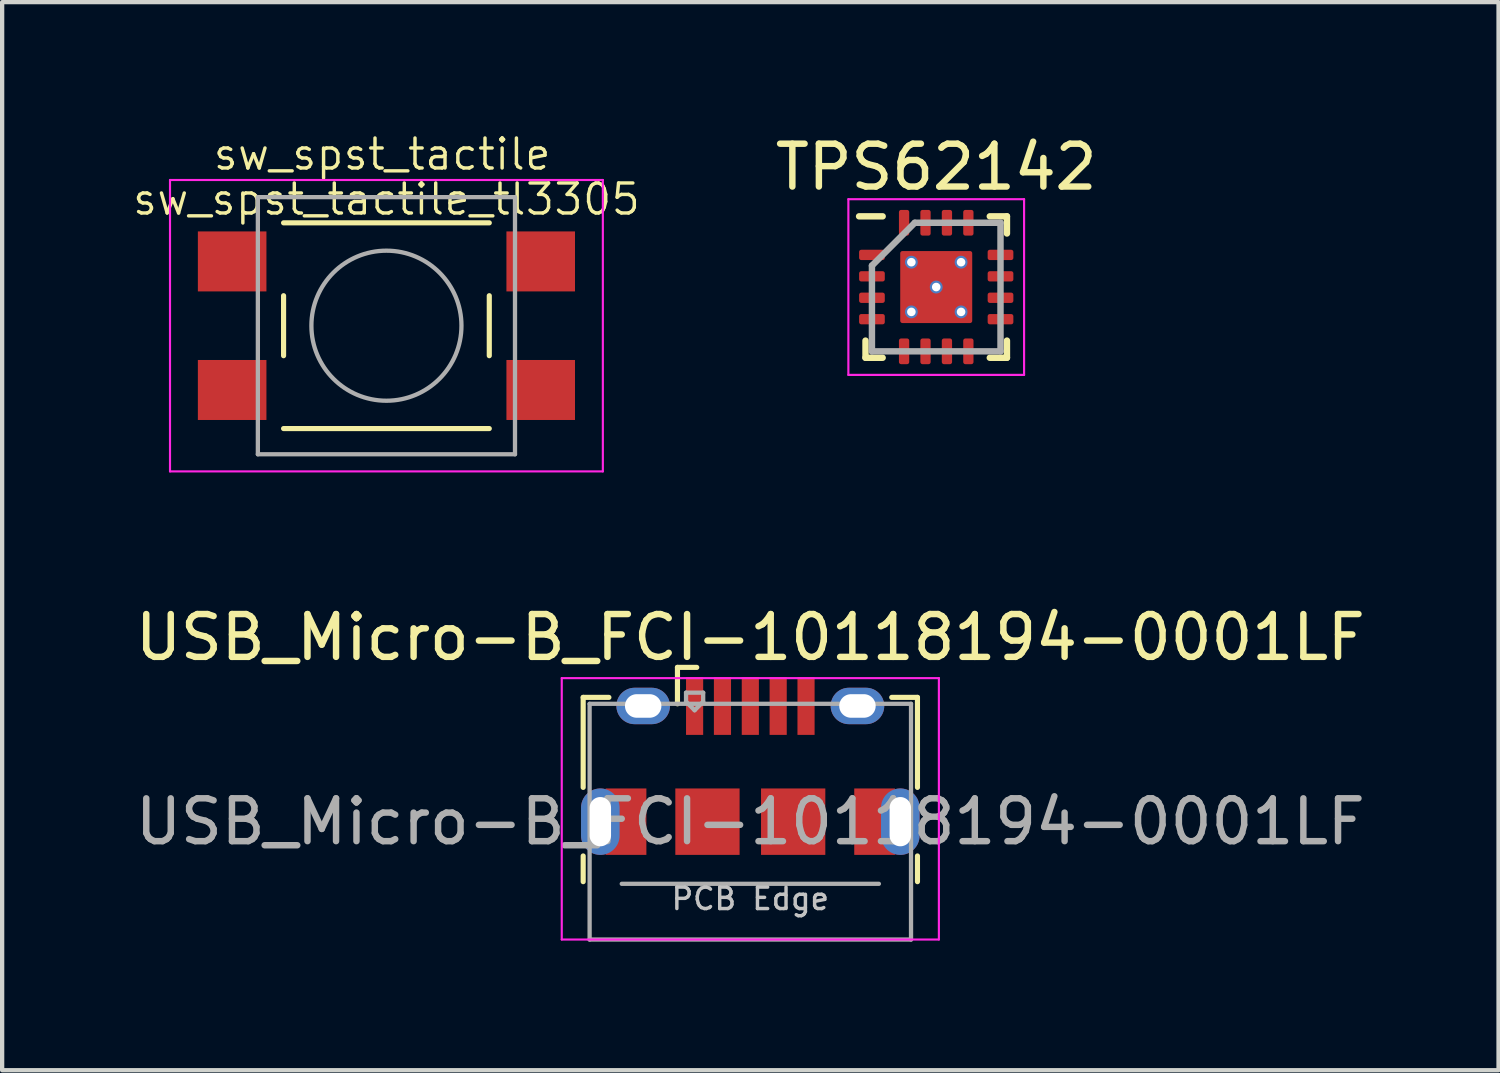
<source format=kicad_pcb>
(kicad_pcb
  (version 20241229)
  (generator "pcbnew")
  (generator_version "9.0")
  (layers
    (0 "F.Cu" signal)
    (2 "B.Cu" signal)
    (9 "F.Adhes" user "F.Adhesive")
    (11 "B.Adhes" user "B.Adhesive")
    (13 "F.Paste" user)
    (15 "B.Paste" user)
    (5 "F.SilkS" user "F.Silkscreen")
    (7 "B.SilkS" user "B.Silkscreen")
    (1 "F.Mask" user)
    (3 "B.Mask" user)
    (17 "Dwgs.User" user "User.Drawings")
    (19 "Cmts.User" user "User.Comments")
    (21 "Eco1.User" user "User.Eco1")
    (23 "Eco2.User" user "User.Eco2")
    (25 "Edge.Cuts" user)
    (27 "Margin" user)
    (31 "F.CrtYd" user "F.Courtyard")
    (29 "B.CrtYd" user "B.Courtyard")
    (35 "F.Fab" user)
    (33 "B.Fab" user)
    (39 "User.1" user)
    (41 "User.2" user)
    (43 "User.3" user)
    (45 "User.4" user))
  (footprint "sw_spst_tactile_tl3305"
    (layer "F.Cu")
    (at 5.967 4.55)
    (property "Reference" "sw_spst_tactile_tl3305" (at 0 -2.95 0) (layer "F.SilkS") (effects (font (size 0.7 0.7) (thickness 0.08))))
    (attr smd)
    (fp_line (start -2.4 -2.4) (end 2.4 -2.4) (stroke (width 0.12) (type solid)) (layer "F.SilkS"))
    (fp_line (start -2.4 -0.7) (end -2.4 0.7) (stroke (width 0.12) (type solid)) (layer "F.SilkS"))
    (fp_line (start -2.4 2.4) (end 2.4 2.4) (stroke (width 0.12) (type solid)) (layer "F.SilkS"))
    (fp_line (start 2.4 -0.7) (end 2.4 0.7) (stroke (width 0.12) (type solid)) (layer "F.SilkS"))
    (fp_line (start -5.05 -3.4) (end -5.05 3.4) (stroke (width 0.05) (type solid)) (layer "F.CrtYd"))
    (fp_line (start -5.05 -3.4) (end 5.05 -3.4) (stroke (width 0.05) (type solid)) (layer "F.CrtYd"))
    (fp_line (start -5.05 3.4) (end 5.05 3.4) (stroke (width 0.05) (type solid)) (layer "F.CrtYd"))
    (fp_line (start 5.05 3.4) (end 5.05 -3.4) (stroke (width 0.05) (type solid)) (layer "F.CrtYd"))
    (fp_line (start -3 -3) (end -3 3) (stroke (width 0.1) (type solid)) (layer "F.Fab"))
    (fp_line (start -3 3) (end 3 3) (stroke (width 0.1) (type solid)) (layer "F.Fab"))
    (fp_line (start 3 -3) (end -3 -3) (stroke (width 0.1) (type solid)) (layer "F.Fab"))
    (fp_line (start 3 3) (end 3 -3) (stroke (width 0.1) (type solid)) (layer "F.Fab"))
    (fp_circle (center 0 0) (end 1.75 -0.05) (stroke (width 0.1) (type solid)) (fill no) (layer "F.Fab"))
    (fp_text user "sw_spst_tactile" (at -0.1 -4 0) (layer "F.SilkS") (effects (font (size 0.7 0.7) (thickness 0.08))))
    (pad "1" smd rect (at -3.6 -1.5) (size 1.6 1.4) (layers "F.Cu" "F.Mask" "F.Paste"))
    (pad "2" smd rect (at -3.6 1.5) (size 1.6 1.4) (layers "F.Cu" "F.Mask" "F.Paste"))
    (pad "3" smd rect (at 3.6 -1.5) (size 1.6 1.4) (layers "F.Cu" "F.Mask" "F.Paste"))
    (pad "4" smd rect (at 3.6 1.5) (size 1.6 1.4) (layers "F.Cu" "F.Mask" "F.Paste")))
  (footprint "USB_Micro-B_FCI-10118194-0001LF"
    (layer "F.Cu")
    (at 14.458 16.123)
    (property "Reference" "USB_Micro-B_FCI-10118194-0001LF" (at 0 -4.3 0) (layer "F.SilkS") (effects (font (size 1 1) (thickness 0.15))))
    (attr smd)
    (fp_line (start -3.9 -2.9) (end -3.3 -2.9) (stroke (width 0.12) (type solid)) (layer "F.SilkS"))
    (fp_line (start -3.9 -0.8) (end -3.9 -2.9) (stroke (width 0.12) (type solid)) (layer "F.SilkS"))
    (fp_line (start -3.9 1.4) (end -3.9 0.8) (stroke (width 0.12) (type solid)) (layer "F.SilkS"))
    (fp_line (start -1.7 -3.6) (end -1.7 -2.75) (stroke (width 0.12) (type solid)) (layer "F.SilkS"))
    (fp_line (start -1.7 -3.6) (end -1.25 -3.6) (stroke (width 0.12) (type solid)) (layer "F.SilkS"))
    (fp_line (start 3.9 -2.9) (end 3.3 -2.9) (stroke (width 0.12) (type solid)) (layer "F.SilkS"))
    (fp_line (start 3.9 -0.8) (end 3.9 -2.9) (stroke (width 0.12) (type solid)) (layer "F.SilkS"))
    (fp_line (start 3.9 1.4) (end 3.9 0.8) (stroke (width 0.12) (type solid)) (layer "F.SilkS"))
    (fp_line (start -4.4 -3.35) (end 4.4 -3.35) (stroke (width 0.05) (type solid)) (layer "F.CrtYd"))
    (fp_line (start -4.4 2.75) (end -4.4 -3.35) (stroke (width 0.05) (type solid)) (layer "F.CrtYd"))
    (fp_line (start -4.4 2.75) (end 4.4 2.75) (stroke (width 0.05) (type solid)) (layer "F.CrtYd"))
    (fp_line (start 4.4 -3.35) (end 4.4 2.75) (stroke (width 0.05) (type solid)) (layer "F.CrtYd"))
    (fp_line (start -3.75 -2.75) (end 3.75 -2.75) (stroke (width 0.1) (type solid)) (layer "F.Fab"))
    (fp_line (start -3.75 2.75) (end -3.75 -2.75) (stroke (width 0.1) (type solid)) (layer "F.Fab"))
    (fp_line (start -3.75 2.75) (end 3.75 2.75) (stroke (width 0.1) (type solid)) (layer "F.Fab"))
    (fp_line (start -3 1.45) (end 3 1.45) (stroke (width 0.1) (type solid)) (layer "F.Fab"))
    (fp_line (start -1.5 -3.01) (end -1.5 -2.8) (stroke (width 0.1) (type solid)) (layer "F.Fab"))
    (fp_line (start -1.5 -3.01) (end -1.1 -3.01) (stroke (width 0.1) (type solid)) (layer "F.Fab"))
    (fp_line (start -1.3 -2.6) (end -1.5 -2.8) (stroke (width 0.1) (type solid)) (layer "F.Fab"))
    (fp_line (start -1.1 -3.01) (end -1.1 -2.8) (stroke (width 0.1) (type solid)) (layer "F.Fab"))
    (fp_line (start -1.1 -2.8) (end -1.3 -2.6) (stroke (width 0.1) (type solid)) (layer "F.Fab"))
    (fp_line (start 3.75 2.75) (end 3.75 -2.75) (stroke (width 0.1) (type solid)) (layer "F.Fab"))
    (fp_text user "PCB Edge" (at 0 1.8 0) (layer "Dwgs.User") (effects (font (size 0.5 0.5) (thickness 0.08))))
    (fp_text user "${REFERENCE}" (at 0 0 0) (layer "F.Fab") (effects (font (size 1 1) (thickness 0.15))))
    (pad "1" smd rect (at -1.3 -2.7) (size 0.4 1.35) (layers "F.Cu" "F.Mask" "F.Paste"))
    (pad "2" smd rect (at -0.65 -2.7) (size 0.4 1.35) (layers "F.Cu" "F.Mask" "F.Paste"))
    (pad "3" smd rect (at 0 -2.7) (size 0.4 1.35) (layers "F.Cu" "F.Mask" "F.Paste"))
    (pad "4" smd rect (at 0.65 -2.7) (size 0.4 1.35) (layers "F.Cu" "F.Mask" "F.Paste"))
    (pad "5" smd rect (at 1.3 -2.7) (size 0.4 1.35) (layers "F.Cu" "F.Mask" "F.Paste"))
    (pad "S1" thru_hole oval (at -3.5 0 180) (size 0.9 1.55) (drill oval 0.5 1.15) (layers "*.Cu" "*.Mask"))
    (pad "S1" smd rect (at -2.9 0) (size 0.95 1.55) (layers "F.Cu" "F.Mask"))
    (pad "S1" smd rect (at -1 0) (size 1.5 1.55) (layers "F.Cu" "F.Mask" "F.Paste"))
    (pad "S2" smd rect (at 1 0) (size 1.5 1.55) (layers "F.Cu" "F.Mask" "F.Paste"))
    (pad "S2" smd rect (at 2.9 0) (size 0.95 1.55) (layers "F.Cu" "F.Mask"))
    (pad "S2" thru_hole oval (at 3.5 0) (size 0.9 1.55) (drill oval 0.5 1.15) (layers "*.Cu" "*.Mask"))
    (pad "S3" thru_hole oval (at 2.5 -2.7) (size 1.25 0.85) (drill oval 0.85 0.55) (layers "*.Cu" "*.Mask"))
    (pad "S4" thru_hole oval (at -2.5 -2.7) (size 1.25 0.85) (drill oval 0.85 0.55) (layers "*.Cu" "*.Mask")))
  (footprint "TPS62142"
    (layer "F.Cu")
    (at 18.796 3.648)
    (property "Reference" "TPS62142" (at 0 -2.8 0) (layer "F.SilkS") (effects (font (size 1 1) (thickness 0.15))))
    (attr smd)
    (fp_line (start -1.65 1.65) (end -1.65 1.25) (stroke (width 0.15) (type solid)) (layer "F.SilkS"))
    (fp_line (start -1.25 -1.65) (end -1.8 -1.65) (stroke (width 0.15) (type solid)) (layer "F.SilkS"))
    (fp_line (start -1.25 1.65) (end -1.65 1.65) (stroke (width 0.15) (type solid)) (layer "F.SilkS"))
    (fp_line (start 1.25 -1.65) (end 1.65 -1.65) (stroke (width 0.15) (type solid)) (layer "F.SilkS"))
    (fp_line (start 1.25 1.65) (end 1.65 1.65) (stroke (width 0.15) (type solid)) (layer "F.SilkS"))
    (fp_line (start 1.65 -1.65) (end 1.65 -1.25) (stroke (width 0.15) (type solid)) (layer "F.SilkS"))
    (fp_line (start 1.65 1.65) (end 1.65 1.25) (stroke (width 0.15) (type solid)) (layer "F.SilkS"))
    (fp_line (start -2.05 -2.05) (end 2.05 -2.05) (stroke (width 0.05) (type solid)) (layer "F.CrtYd"))
    (fp_line (start -2.05 2.05) (end -2.05 -2.05) (stroke (width 0.05) (type solid)) (layer "F.CrtYd"))
    (fp_line (start 2.05 -2.05) (end 2.05 2.05) (stroke (width 0.05) (type solid)) (layer "F.CrtYd"))
    (fp_line (start 2.05 2.05) (end -2.05 2.05) (stroke (width 0.05) (type solid)) (layer "F.CrtYd"))
    (fp_line (start -1.5 -0.5) (end -1.5 1.5) (stroke (width 0.15) (type solid)) (layer "F.Fab"))
    (fp_line (start -1.5 1.5) (end 1.5 1.5) (stroke (width 0.15) (type solid)) (layer "F.Fab"))
    (fp_line (start -0.5 -1.5) (end -1.5 -0.5) (stroke (width 0.15) (type solid)) (layer "F.Fab"))
    (fp_line (start 1.5 -1.5) (end -0.5 -1.5) (stroke (width 0.15) (type solid)) (layer "F.Fab"))
    (fp_line (start 1.5 1.5) (end 1.5 -1.5) (stroke (width 0.15) (type solid)) (layer "F.Fab"))
    (pad "1" smd roundrect (at -1.5 -0.75 90) (size 0.24 0.6) (layers "F.Cu" "F.Mask" "F.Paste") (roundrect_rratio 0.21))
    (pad "2" smd roundrect (at -1.5 -0.25 90) (size 0.24 0.6) (layers "F.Cu" "F.Mask" "F.Paste") (roundrect_rratio 0.21))
    (pad "3" smd roundrect (at -1.5 0.25 90) (size 0.24 0.6) (layers "F.Cu" "F.Mask" "F.Paste") (roundrect_rratio 0.21))
    (pad "4" smd roundrect (at -1.5 0.75 90) (size 0.24 0.6) (layers "F.Cu" "F.Mask" "F.Paste") (roundrect_rratio 0.21))
    (pad "5" smd roundrect (at -0.75 1.5) (size 0.24 0.6) (layers "F.Cu" "F.Mask" "F.Paste") (roundrect_rratio 0.21))
    (pad "6" smd roundrect (at -0.25 1.5) (size 0.24 0.6) (layers "F.Cu" "F.Mask" "F.Paste") (roundrect_rratio 0.21))
    (pad "7" smd roundrect (at 0.25 1.5) (size 0.24 0.6) (layers "F.Cu" "F.Mask" "F.Paste") (roundrect_rratio 0.21))
    (pad "8" smd roundrect (at 0.75 1.5) (size 0.24 0.6) (layers "F.Cu" "F.Mask" "F.Paste") (roundrect_rratio 0.21))
    (pad "9" smd roundrect (at 1.5 0.75 90) (size 0.24 0.6) (layers "F.Cu" "F.Mask" "F.Paste") (roundrect_rratio 0.21))
    (pad "10" smd roundrect (at 1.5 0.25 90) (size 0.24 0.6) (layers "F.Cu" "F.Mask" "F.Paste") (roundrect_rratio 0.21))
    (pad "11" smd roundrect (at 1.5 -0.25 90) (size 0.24 0.6) (layers "F.Cu" "F.Mask" "F.Paste") (roundrect_rratio 0.21))
    (pad "12" smd roundrect (at 1.5 -0.75 90) (size 0.24 0.6) (layers "F.Cu" "F.Mask" "F.Paste") (roundrect_rratio 0.21))
    (pad "13" smd roundrect (at 0.75 -1.5) (size 0.24 0.6) (layers "F.Cu" "F.Mask" "F.Paste") (roundrect_rratio 0.21))
    (pad "14" smd roundrect (at 0.25 -1.5) (size 0.24 0.6) (layers "F.Cu" "F.Mask" "F.Paste") (roundrect_rratio 0.21))
    (pad "15" smd roundrect (at -0.25 -1.5) (size 0.24 0.6) (layers "F.Cu" "F.Mask" "F.Paste") (roundrect_rratio 0.21))
    (pad "16" smd roundrect (at -0.75 -1.5) (size 0.24 0.6) (layers "F.Cu" "F.Mask" "F.Paste") (roundrect_rratio 0.21))
    (pad "17" thru_hole circle (at -0.58 -0.58) (size 0.3 0.3) (drill 0.2) (layers "*.Cu" "*.Mask"))
    (pad "17" thru_hole circle (at -0.58 0.58) (size 0.3 0.3) (drill 0.2) (layers "*.Cu" "*.Mask"))
    (pad "17" thru_hole circle (at 0 0) (size 0.3 0.3) (drill 0.2) (layers "*.Cu" "*.Mask"))
    (pad "17" smd roundrect (at 0 0) (size 1.68 1.68) (layers "F.Cu" "F.Mask" "F.Paste") (roundrect_rratio 0.03))
    (pad "17" thru_hole circle (at 0.58 -0.58) (size 0.3 0.3) (drill 0.2) (layers "*.Cu" "*.Mask"))
    (pad "17" thru_hole circle (at 0.58 0.58) (size 0.3 0.3) (drill 0.2) (layers "*.Cu" "*.Mask")))
  (gr_rect
    (start -3 -3)
    (end 31.917 21.923)
    (stroke (width 0.1) (type default))
    (fill no)
    (layer "Edge.Cuts")))
</source>
